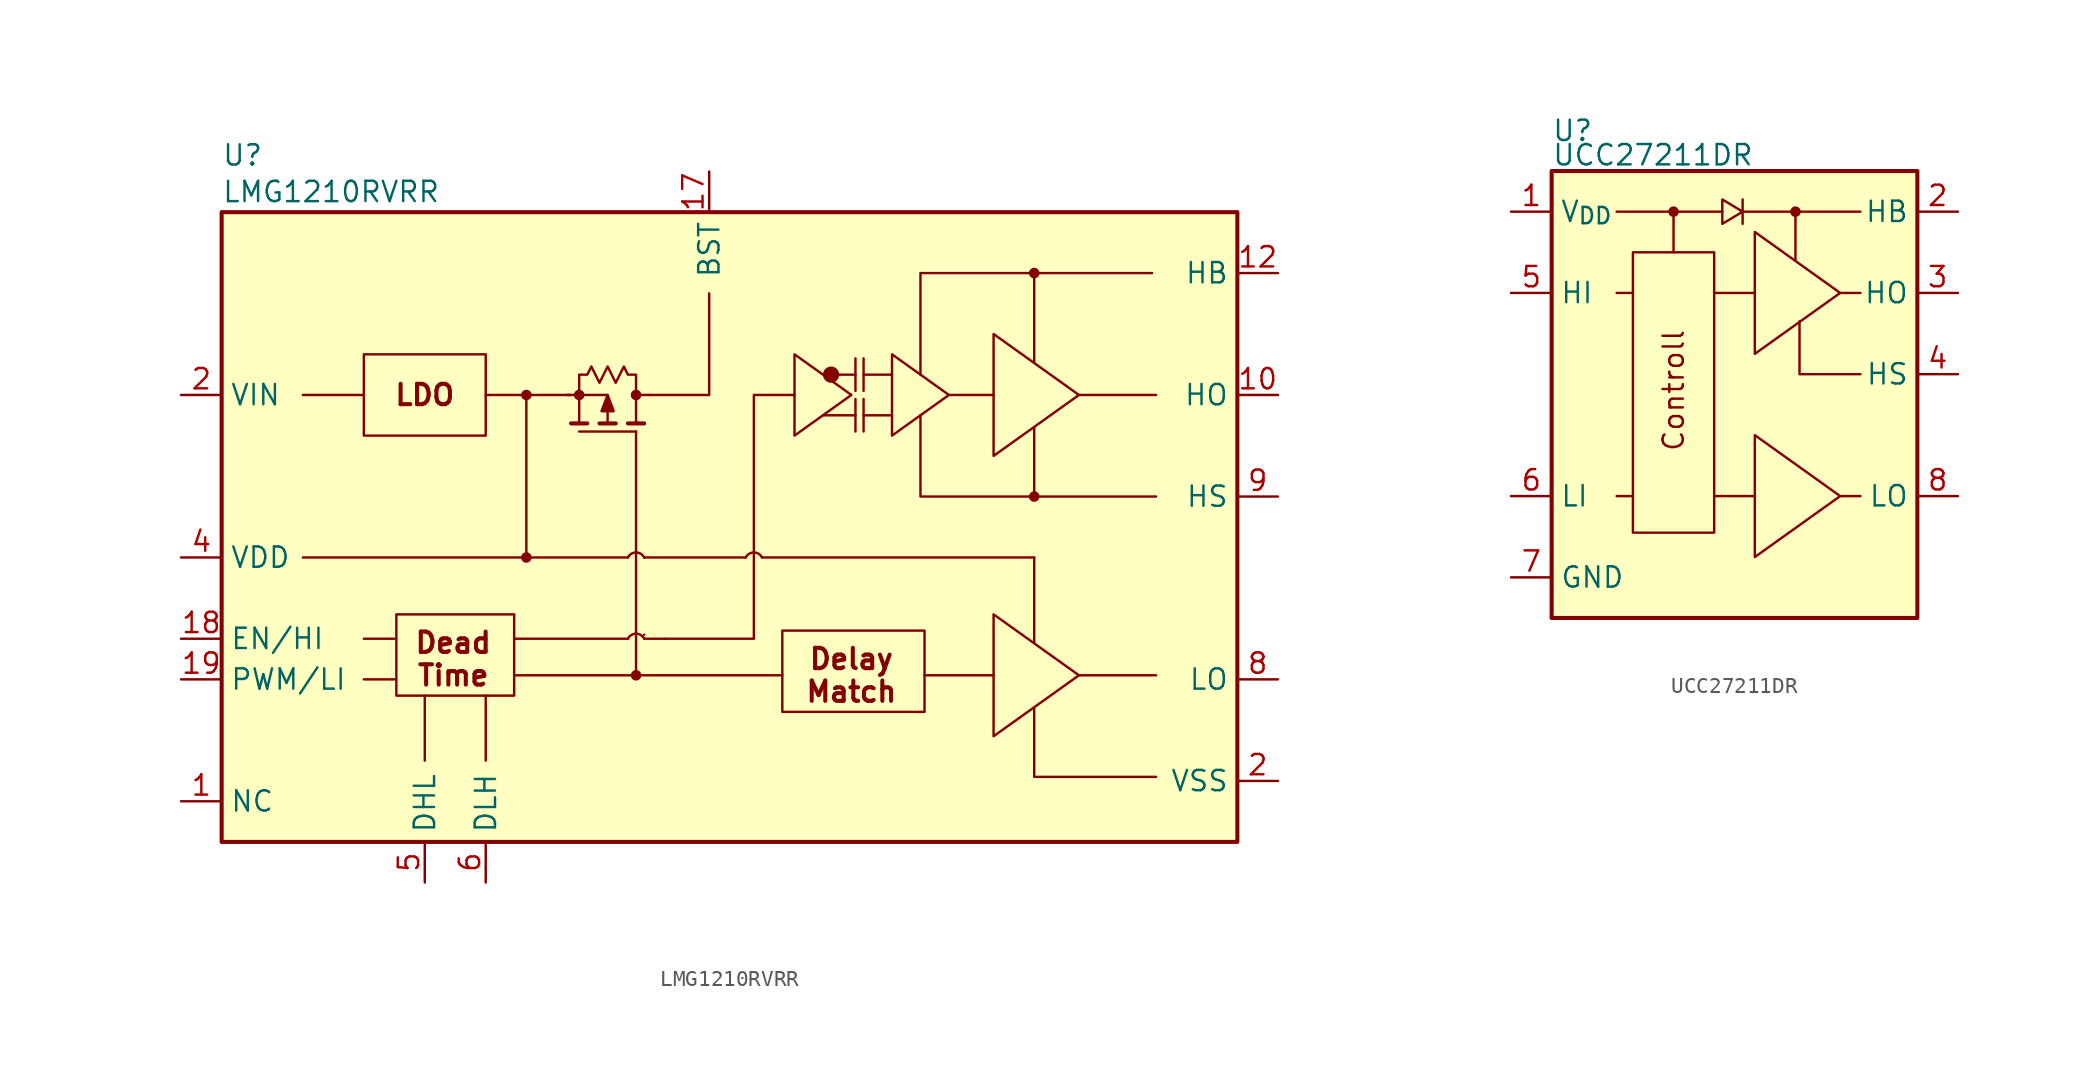
<source format=kicad_sym>
(kicad_symbol_lib
  (version 20241209)
  (generator "kicad_symbol_editor")
  (generator_version "9.0")
  (symbol "LMG1210RVRR"
    (property "Reference" "U"
      (at 0 28.956 0)
      (effects (font (size 1.27 1.27)) (justify left)))
    (property "Value" "LMG1210RVRR"
      (at 0 26.67 0)
      (effects (font (size 1.27 1.27)) (justify left)))
    (symbol "LMG1210RVRR_0_1"
      (polyline (pts (xy 5.08 13.97) (xy 8.89 13.97)) (stroke (width 0) (type default)) (fill (type none)))
      (polyline (pts (xy 5.08 3.81) (xy 19.05 3.81)) (stroke (width 0) (type default)) (fill (type none)))
      (rectangle (start 8.89 16.51) (end 16.51 11.43) (stroke (width 0) (type default)) (fill (type none)))
      (polyline (pts (xy 8.89 -1.27) (xy 10.795 -1.27)) (stroke (width 0) (type default)) (fill (type none)))
      (polyline (pts (xy 8.89 -3.81) (xy 10.795 -3.81)) (stroke (width 0) (type default)) (fill (type none)))
      (rectangle (start 10.922 0.254) (end 18.288 -4.826) (stroke (width 0) (type default)) (fill (type none)))
      (polyline (pts (xy 12.7 -4.826) (xy 12.7 -8.89)) (stroke (width 0) (type default)) (fill (type none)))
      (polyline (pts (xy 16.51 -4.826) (xy 16.51 -8.89)) (stroke (width 0) (type default)) (fill (type none)))
      (polyline (pts (xy 18.288 -3.556) (xy 25.908 -3.556) (xy 25.908 11.684)) (stroke (width 0) (type default)) (fill (type none)))
      (circle (center 19.05 13.97) (radius 0.254) (stroke (width 0) (type default)) (fill (type outline)))
      (circle (center 19.05 3.81) (radius 0.254) (stroke (width 0) (type default)) (fill (type outline)))
      (polyline (pts (xy 21.59 13.97) (xy 24.13 13.97) (xy 24.13 12.192)) (stroke (width 0) (type default)) (fill (type none)))
      (polyline (pts (xy 22.352 13.97) (xy 22.352 12.192)) (stroke (width 0) (type default)) (fill (type none)))
      (polyline (pts (xy 22.352 13.97) (xy 22.352 15.24) (xy 22.86 15.24) (xy 23.114 15.748) (xy 23.622 14.732) (xy 24.13 15.748) (xy 24.638 14.732) (xy 25.146 15.748) (xy 25.4 15.24) (xy 25.908 15.24) (xy 25.908 13.97)) (stroke (width 0) (type default)) (fill (type none)))
      (circle (center 22.352 13.97) (radius 0.254) (stroke (width 0) (type default)) (fill (type outline)))
      (polyline (pts (xy 22.86 12.192) (xy 21.844 12.192)) (stroke (width 0.254) (type default)) (fill (type none)))
      (polyline (pts (xy 24.13 13.97) (xy 23.749 12.954) (xy 24.511 12.954) (xy 24.13 13.97)) (stroke (width 0) (type default)) (fill (type outline)))
      (polyline (pts (xy 24.638 12.192) (xy 23.622 12.192)) (stroke (width 0.254) (type default)) (fill (type none)))
      (polyline (pts (xy 25.908 13.97) (xy 25.908 12.192)) (stroke (width 0) (type default)) (fill (type none)))
      (circle (center 25.908 13.97) (radius 0.254) (stroke (width 0) (type default)) (fill (type outline)))
      (polyline (pts (xy 25.908 11.684) (xy 22.352 11.684)) (stroke (width 0) (type default)) (fill (type none)))
      (circle (center 25.908 -3.556) (radius 0.254) (stroke (width 0) (type default)) (fill (type outline)))
      (polyline (pts (xy 26.416 12.192) (xy 25.4 12.192)) (stroke (width 0.254) (type default)) (fill (type none)))
      (polyline (pts (xy 26.67 13.97) (xy 25.908 13.97)) (stroke (width 0) (type default)) (fill (type none)))
      (polyline (pts (xy 26.67 13.97) (xy 30.48 13.97) (xy 30.48 20.32)) (stroke (width 0) (type default)) (fill (type none)))
      (rectangle (start 35.052 -0.762) (end 43.942 -5.842) (stroke (width 0) (type default)) (fill (type none)))
      (polyline (pts (xy 35.814 11.43) (xy 35.814 16.51) (xy 39.37 13.97) (xy 35.814 11.43)) (stroke (width 0) (type default)) (fill (type none)))
      (polyline (pts (xy 37.592 12.7) (xy 39.624 12.7)) (stroke (width 0) (type default)) (fill (type none)))
      (polyline (pts (xy 38.1 15.24) (xy 39.624 15.24)) (stroke (width 0) (type default)) (fill (type none)))
      (polyline (pts (xy 39.624 14.224) (xy 39.624 16.256)) (stroke (width 0) (type default)) (fill (type none)))
      (polyline (pts (xy 39.624 13.716) (xy 39.624 11.684)) (stroke (width 0) (type default)) (fill (type none)))
      (polyline (pts (xy 41.91 15.24) (xy 40.132 15.24)) (stroke (width 0) (type default)) (fill (type none)))
      (polyline (pts (xy 41.91 12.7) (xy 40.132 12.7)) (stroke (width 0) (type default)) (fill (type none)))
      (polyline (pts (xy 41.91 11.43) (xy 41.91 16.51) (xy 45.466 13.97) (xy 41.91 11.43)) (stroke (width 0) (type default)) (fill (type none)))
      (circle (center 50.8 21.59) (radius 0.254) (stroke (width 0) (type default)) (fill (type outline)))
      (circle (center 50.8 7.62) (radius 0.254) (stroke (width 0) (type default)) (fill (type outline))))
    (symbol "LMG1210RVRR_1_1"
      (rectangle (start 0 25.4) (end 63.5 -13.97) (stroke (width 0.254) (type solid)) (fill (type background)))
      (polyline (pts (xy 18.288 -1.27) (xy 25.4 -1.27)) (stroke (width 0) (type default)) (fill (type none)))
      (polyline (pts (xy 21.844 13.97) (xy 16.51 13.97)) (stroke (width 0) (type default)) (fill (type none)))
      (polyline (pts (xy 25.4 3.81) (xy 19.05 3.81) (xy 19.05 13.716)) (stroke (width 0) (type default)) (fill (type none)))
      (arc (start 25.4 3.81) (mid 25.908 4.124) (end 26.416 3.81) (stroke (width 0) (type default)) (fill (type none)))
      (arc (start 25.4 -1.27) (mid 25.908 -0.956) (end 26.416 -1.27) (stroke (width 0) (type default)) (fill (type none)))
      (arc (start 26.416 -1.016) (mid 26.416 -1.016) (end 26.416 -1.016) (stroke (width 0) (type default)) (fill (type none)))
      (polyline (pts (xy 26.416 -1.27) (xy 27.686 -1.27)) (stroke (width 0) (type default)) (fill (type none)))
      (polyline (pts (xy 27.686 -1.27) (xy 33.274 -1.27) (xy 33.274 13.97) (xy 35.814 13.97)) (stroke (width 0) (type default)) (fill (type none)))
      (polyline (pts (xy 32.766 3.81) (xy 26.416 3.81)) (stroke (width 0) (type default)) (fill (type none)))
      (arc (start 32.766 3.81) (mid 33.274 4.124) (end 33.782 3.81) (stroke (width 0) (type default)) (fill (type none)))
      (polyline (pts (xy 35.052 -3.556) (xy 25.908 -3.556)) (stroke (width 0) (type default)) (fill (type none)))
      (circle (center 38.1 15.24) (radius 0.0001) (stroke (width 0.508) (type solid)) (fill (type none)))
      (polyline (pts (xy 40.132 16.256) (xy 40.132 14.224)) (stroke (width 0) (type default)) (fill (type none)))
      (polyline (pts (xy 40.132 13.716) (xy 40.132 11.684)) (stroke (width 0) (type default)) (fill (type none)))
      (polyline (pts (xy 43.942 -3.556) (xy 48.26 -3.556)) (stroke (width 0) (type default)) (fill (type none)))
      (polyline (pts (xy 45.466 13.97) (xy 48.26 13.97)) (stroke (width 0) (type default)) (fill (type none)))
      (polyline (pts (xy 48.26 17.78) (xy 48.26 10.16) (xy 53.594 13.97) (xy 48.26 17.78)) (stroke (width 0) (type default)) (fill (type none)))
      (polyline (pts (xy 48.26 0.254) (xy 48.26 -7.366) (xy 53.594 -3.556) (xy 48.26 0.254)) (stroke (width 0) (type default)) (fill (type none)))
      (polyline (pts (xy 50.8 21.59) (xy 43.688 21.59) (xy 43.688 15.24)) (stroke (width 0) (type default)) (fill (type none)))
      (polyline (pts (xy 50.8 7.62) (xy 43.688 7.62) (xy 43.688 12.7)) (stroke (width 0) (type default)) (fill (type none)))
      (polyline (pts (xy 50.8 3.81) (xy 34.29 3.81) (xy 33.782 3.81)) (stroke (width 0) (type default)) (fill (type none)))
      (polyline (pts (xy 50.8 3.81) (xy 50.8 3.556) (xy 50.8 -1.524)) (stroke (width 0) (type default)) (fill (type none)))
      (polyline (pts (xy 53.594 13.97) (xy 58.42 13.97)) (stroke (width 0) (type default)) (fill (type none)))
      (polyline (pts (xy 53.594 -3.556) (xy 58.42 -3.556)) (stroke (width 0) (type default)) (fill (type none)))
      (polyline (pts (xy 58.166 21.59) (xy 50.8 21.59) (xy 50.8 16.002)) (stroke (width 0) (type default)) (fill (type none)))
      (polyline (pts (xy 58.42 7.62) (xy 50.8 7.62) (xy 50.8 11.938)) (stroke (width 0) (type default)) (fill (type none)))
      (polyline (pts (xy 58.42 -9.906) (xy 50.8 -9.906) (xy 50.8 -5.588)) (stroke (width 0) (type default)) (fill (type none)))
      (text "LDO" (at 12.7 13.97 0) (effects (font (size 1.27 1.27) (thickness 0.254) (bold yes))))
      (text "Dead\nTime" (at 14.478 -2.54 0) (effects (font (size 1.27 1.27) (thickness 0.254) (bold yes))))
      (text "Delay\nMatch" (at 39.37 -3.556 0) (effects (font (size 1.27 1.27) (thickness 0.254) (bold yes))))
      (pin input line (at -2.54 13.97 0) (length 2.54) (name "VIN" (effects (font (size 1.27 1.27)))) (number "2" (effects (font (size 1.27 1.27)))))
      (pin input line (at -2.54 3.81 0) (length 2.54) (name "VDD" (effects (font (size 1.27 1.27)))) (number "4" (effects (font (size 1.27 1.27)))))
      (pin input line (at -2.54 -1.27 0) (length 2.54) (name "EN/HI" (effects (font (size 1.27 1.27)))) (number "18" (effects (font (size 1.27 1.27)))))
      (pin input line (at -2.54 -3.81 0) (length 2.54) (name "PWM/LI" (effects (font (size 1.27 1.27)))) (number "19" (effects (font (size 1.27 1.27)))))
      (pin input line (at -2.54 -11.43 0) (length 2.54) (name "NC" (effects (font (size 1.27 1.27)))) (number "1" (effects (font (size 1.27 1.27)))))
      (pin input line (at -2.54 -11.43 0) (length 2.54) (hide yes) (name "NC" (effects (font (size 1.27 1.27)))) (number "11" (effects (font (size 1.27 1.27)))))
      (pin input line (at -2.54 -11.43 0) (length 2.54) (hide yes) (name "NC" (effects (font (size 1.27 1.27)))) (number "15" (effects (font (size 1.27 1.27)))))
      (pin input line (at 12.7 -16.51 90) (length 2.54) (name "DHL" (effects (font (size 1.27 1.27)))) (number "5" (effects (font (size 1.27 1.27)))))
      (pin input line (at 16.51 -16.51 90) (length 2.54) (name "DLH" (effects (font (size 1.27 1.27)))) (number "6" (effects (font (size 1.27 1.27)))))
      (pin input line (at 30.48 27.94 270) (length 2.54) (name "BST" (effects (font (size 1.27 1.27)))) (number "17" (effects (font (size 1.27 1.27)))))
      (pin input line (at 66.04 21.59 180) (length 2.54) (name "HB" (effects (font (size 1.27 1.27)))) (number "12" (effects (font (size 1.27 1.27)))))
      (pin input line (at 66.04 13.97 180) (length 2.54) (name "HO" (effects (font (size 1.27 1.27)))) (number "10" (effects (font (size 1.27 1.27)))))
      (pin input line (at 66.04 7.62 180) (length 2.54) (hide yes) (name "HS" (effects (font (size 1.27 1.27)))) (number "13" (effects (font (size 1.27 1.27)))))
      (pin input line (at 66.04 7.62 180) (length 2.54) (hide yes) (name "NC1" (effects (font (size 1.27 1.27)))) (number "14" (effects (font (size 1.27 1.27)))))
      (pin input line (at 66.04 7.62 180) (length 2.54) (hide yes) (name "HS" (effects (font (size 1.27 1.27)))) (number "16" (effects (font (size 1.27 1.27)))))
      (pin input line (at 66.04 7.62 180) (length 2.54) (hide yes) (name "HS" (effects (font (size 1.27 1.27)))) (number "21" (effects (font (size 1.27 1.27)))))
      (pin input line (at 66.04 7.62 180) (length 2.54) (name "HS" (effects (font (size 1.27 1.27)))) (number "9" (effects (font (size 1.27 1.27)))))
      (pin input line (at 66.04 -3.81 180) (length 2.54) (name "LO" (effects (font (size 1.27 1.27)))) (number "8" (effects (font (size 1.27 1.27)))))
      (pin input line (at 66.04 -10.16 180) (length 2.54) (name "VSS" (effects (font (size 1.27 1.27)))) (number "2" (effects (font (size 1.27 1.27)))))
      (pin input line (at 66.04 -10.16 180) (length 2.54) (hide yes) (name "VSS" (effects (font (size 1.27 1.27)))) (number "20" (effects (font (size 1.27 1.27)))))
      (pin input line (at 66.04 -10.16 180) (length 2.54) (hide yes) (name "VSS" (effects (font (size 1.27 1.27)))) (number "7" (effects (font (size 1.27 1.27)))))))
  (symbol "UCC27211DR"
    (property "Reference" "U"
      (at -11.43 15.748 0)
      (effects (font (size 1.27 1.27)) (justify left bottom)))
    (property "Value" "UCC27211DR"
      (at -11.43 14.224 0)
      (effects (font (size 1.27 1.27)) (justify left bottom)))
    (symbol "UCC27211DR_0_1"
      (rectangle (start -11.43 13.97) (end 11.43 -13.97) (stroke (width 0.254) (type default)) (fill (type background)))
      (rectangle (start -6.35 8.89) (end -1.27 -8.636) (stroke (width 0) (type default)) (fill (type none)))
      (circle (center -3.81 11.43) (radius 0.254) (stroke (width 0) (type default)) (fill (type outline)))
      (polyline (pts (xy -3.81 11.43) (xy -7.366 11.43)) (stroke (width 0) (type default)) (fill (type none)))
      (polyline (pts (xy -3.81 11.43) (xy -3.81 8.89)) (stroke (width 0) (type default)) (fill (type none)))
      (polyline (pts (xy -3.81 11.43) (xy -0.762 11.43)) (stroke (width 0) (type default)) (fill (type none)))
      (polyline (pts (xy 0.508 11.43) (xy -0.762 12.192) (xy -0.762 10.668) (xy 0.508 11.43)) (stroke (width 0) (type default)) (fill (type none)))
      (polyline (pts (xy 0.508 10.668) (xy 0.508 12.192)) (stroke (width 0) (type default)) (fill (type none)))
      (polyline (pts (xy 3.81 11.43) (xy 0.508 11.43)) (stroke (width 0) (type default)) (fill (type none)))
      (circle (center 3.81 11.43) (radius 0.254) (stroke (width 0) (type default)) (fill (type outline))))
    (symbol "UCC27211DR_1_1"
      (polyline (pts (xy -6.35 6.35) (xy -7.366 6.35)) (stroke (width 0) (type default)) (fill (type none)))
      (polyline (pts (xy -6.35 -6.35) (xy -7.366 -6.35)) (stroke (width 0) (type default)) (fill (type none)))
      (polyline (pts (xy -1.27 6.35) (xy 1.27 6.35)) (stroke (width 0) (type default)) (fill (type none)))
      (polyline (pts (xy -1.27 -6.35) (xy 1.27 -6.35)) (stroke (width 0) (type default)) (fill (type none)))
      (polyline (pts (xy 1.27 10.16) (xy 1.27 2.54) (xy 6.604 6.35) (xy 1.27 10.16)) (stroke (width 0) (type default)) (fill (type none)))
      (polyline (pts (xy 1.27 -2.54) (xy 1.27 -10.16) (xy 6.604 -6.35) (xy 1.27 -2.54)) (stroke (width 0) (type default)) (fill (type none)))
      (polyline (pts (xy 6.604 6.35) (xy 7.874 6.35)) (stroke (width 0) (type default)) (fill (type none)))
      (polyline (pts (xy 6.604 -6.35) (xy 7.874 -6.35)) (stroke (width 0) (type default)) (fill (type none)))
      (polyline (pts (xy 7.874 11.43) (xy 3.81 11.43) (xy 3.81 8.382)) (stroke (width 0) (type default)) (fill (type none)))
      (polyline (pts (xy 7.874 1.27) (xy 4.064 1.27) (xy 4.064 4.572)) (stroke (width 0) (type default)) (fill (type none)))
      (text "Controll" (at -3.81 0.254 900) (effects (font (size 1.27 1.27))))
      (pin power_in line (at -13.97 11.43 0) (length 2.54) (name "V_{DD}" (effects (font (size 1.27 1.27)))) (number "1" (effects (font (size 1.27 1.27)))))
      (pin input line (at -13.97 6.35 0) (length 2.54) (name "HI" (effects (font (size 1.27 1.27)))) (number "5" (effects (font (size 1.27 1.27)))))
      (pin input line (at -13.97 -6.35 0) (length 2.54) (name "LI" (effects (font (size 1.27 1.27)))) (number "6" (effects (font (size 1.27 1.27)))))
      (pin power_in line (at -13.97 -11.43 0) (length 2.54) (name "GND" (effects (font (size 1.27 1.27)))) (number "7" (effects (font (size 1.27 1.27)))))
      (pin output line (at 13.97 11.43 180) (length 2.54) (name "HB" (effects (font (size 1.27 1.27)))) (number "2" (effects (font (size 1.27 1.27)))))
      (pin output line (at 13.97 6.35 180) (length 2.54) (name "HO" (effects (font (size 1.27 1.27)))) (number "3" (effects (font (size 1.27 1.27)))))
      (pin power_in line (at 13.97 1.27 180) (length 2.54) (name "HS" (effects (font (size 1.27 1.27)))) (number "4" (effects (font (size 1.27 1.27)))))
      (pin output line (at 13.97 -6.35 180) (length 2.54) (name "LO" (effects (font (size 1.27 1.27)))) (number "8" (effects (font (size 1.27 1.27))))))))
</source>
